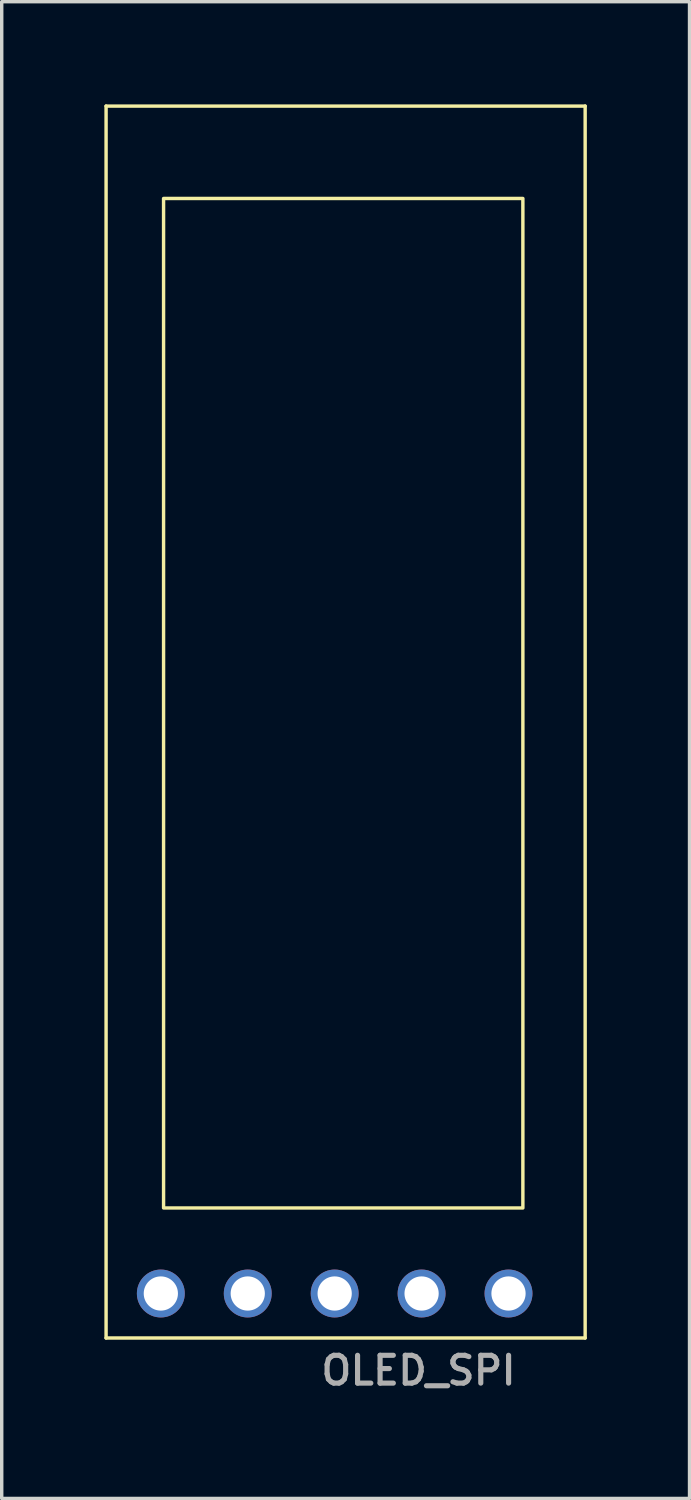
<source format=kicad_pcb>
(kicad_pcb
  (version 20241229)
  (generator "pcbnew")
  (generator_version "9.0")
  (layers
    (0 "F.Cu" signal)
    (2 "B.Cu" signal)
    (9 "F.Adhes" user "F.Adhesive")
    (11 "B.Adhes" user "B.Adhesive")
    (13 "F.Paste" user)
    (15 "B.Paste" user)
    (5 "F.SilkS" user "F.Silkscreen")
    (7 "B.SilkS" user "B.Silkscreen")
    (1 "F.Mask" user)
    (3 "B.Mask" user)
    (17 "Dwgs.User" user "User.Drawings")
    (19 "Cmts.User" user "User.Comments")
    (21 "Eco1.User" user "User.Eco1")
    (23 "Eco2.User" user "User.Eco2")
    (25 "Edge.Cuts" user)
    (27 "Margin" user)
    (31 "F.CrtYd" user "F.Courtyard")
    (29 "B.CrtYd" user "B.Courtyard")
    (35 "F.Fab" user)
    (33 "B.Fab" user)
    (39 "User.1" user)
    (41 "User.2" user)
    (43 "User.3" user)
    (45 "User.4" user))
  (footprint "OLED_SPI"
    (layer "F.Cu")
    (at 1.65 34.75)
    (property "Reference" "OLED_SPI" (at 7.53 2.25 180) (layer "F.Fab") (effects (font (size 0.813 0.813) (thickness 0.15))))
    (attr through_hole)
    (fp_line (start -1.6 -34.7) (end -1.6 1.3) (stroke (width 0.1) (type default)) (layer "F.SilkS"))
    (fp_line (start -1.6 1.3) (end 12.4 1.3) (stroke (width 0.1) (type default)) (layer "F.SilkS"))
    (fp_line (start 12.4 -34.7) (end -1.6 -34.7) (stroke (width 0.1) (type solid)) (layer "F.SilkS"))
    (fp_line (start 12.4 1.3) (end 12.4 -34.7) (stroke (width 0.1) (type default)) (layer "F.SilkS"))
    (fp_rect (start 0.08 -32) (end 10.58 -2.5) (stroke (width 0.1) (type default)) (fill no) (layer "F.SilkS"))
    (pad "1" thru_hole circle (at 0 0) (size 1.4 1.4) (drill 1) (layers "*.Cu" "*.Mask"))
    (pad "2" thru_hole circle (at 2.54 0) (size 1.4 1.4) (drill 1) (layers "*.Cu" "*.Mask"))
    (pad "3" thru_hole circle (at 5.08 0) (size 1.4 1.4) (drill 1) (layers "*.Cu" "*.Mask"))
    (pad "4" thru_hole circle (at 7.62 0) (size 1.4 1.4) (drill 1) (layers "*.Cu" "*.Mask"))
    (pad "5" thru_hole circle (at 10.16 0) (size 1.4 1.4) (drill 1) (layers "*.Cu" "*.Mask")))
  (gr_rect
    (start -3 -3)
    (end 17.1 40.739)
    (stroke (width 0.1) (type default))
    (fill no)
    (layer "Edge.Cuts")))
</source>
